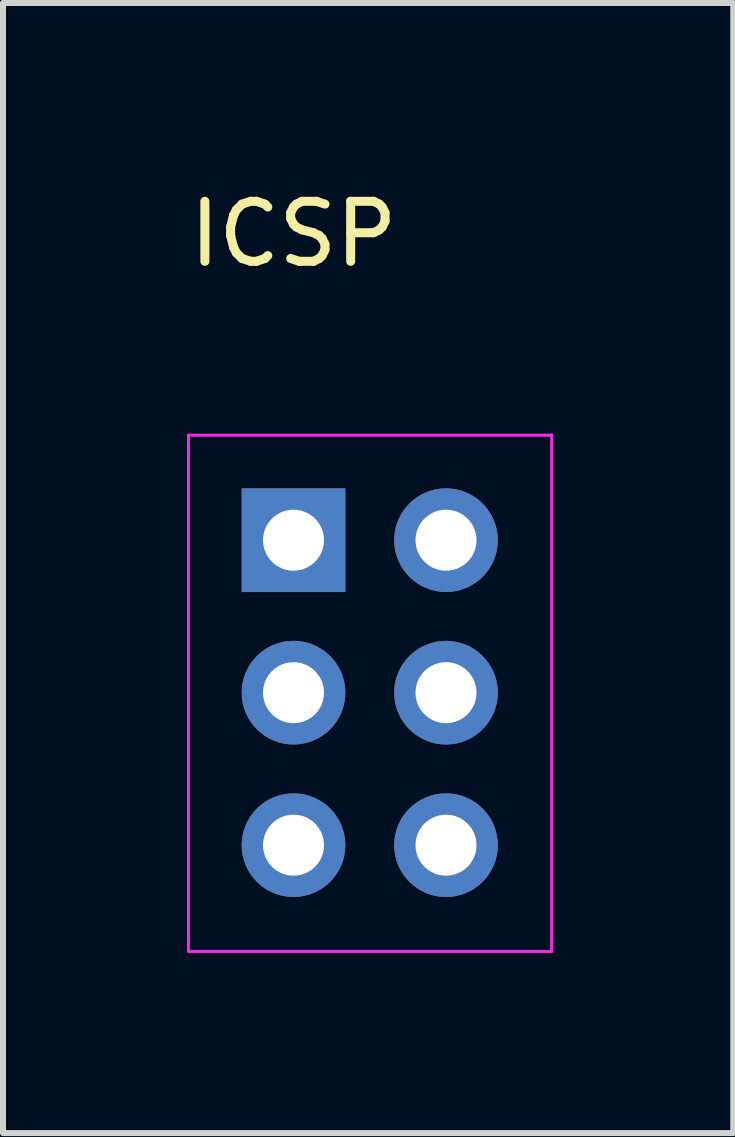
<source format=kicad_pcb>
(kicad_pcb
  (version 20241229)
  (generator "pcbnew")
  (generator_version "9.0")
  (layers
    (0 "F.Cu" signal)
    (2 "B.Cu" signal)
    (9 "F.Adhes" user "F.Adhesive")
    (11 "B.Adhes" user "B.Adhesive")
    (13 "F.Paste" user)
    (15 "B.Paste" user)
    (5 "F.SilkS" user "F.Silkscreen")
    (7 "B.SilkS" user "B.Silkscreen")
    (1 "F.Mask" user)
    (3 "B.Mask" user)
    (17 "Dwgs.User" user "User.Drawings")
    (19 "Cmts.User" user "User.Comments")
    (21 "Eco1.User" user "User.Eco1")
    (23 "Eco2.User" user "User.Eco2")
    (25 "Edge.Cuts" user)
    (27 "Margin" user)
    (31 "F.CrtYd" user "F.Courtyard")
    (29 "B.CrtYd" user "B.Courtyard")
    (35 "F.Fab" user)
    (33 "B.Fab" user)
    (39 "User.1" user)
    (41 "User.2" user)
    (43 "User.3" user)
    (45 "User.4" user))
  (footprint "ICSP"
    (layer "F.Cu")
    (at 1.839 5.948)
    (property "Reference" "ICSP" (at 0 -5.1 0) (layer "F.SilkS") (effects (font (size 1 1) (thickness 0.15))))
    (attr through_hole)
    (fp_line (start -1.75 -1.75) (end -1.75 6.85) (stroke (width 0.05) (type solid)) (layer "F.CrtYd"))
    (fp_line (start -1.75 -1.75) (end 4.3 -1.75) (stroke (width 0.05) (type solid)) (layer "F.CrtYd"))
    (fp_line (start -1.75 6.85) (end 4.3 6.85) (stroke (width 0.05) (type solid)) (layer "F.CrtYd"))
    (fp_line (start 4.3 -1.75) (end 4.3 6.85) (stroke (width 0.05) (type solid)) (layer "F.CrtYd"))
    (pad "1" thru_hole rect (at 0 0) (size 1.727 1.727) (drill 1.016) (layers "*.Cu" "*.Mask"))
    (pad "2" thru_hole oval (at 2.54 0) (size 1.727 1.727) (drill 1.016) (layers "*.Cu" "*.Mask"))
    (pad "3" thru_hole oval (at 0 2.54) (size 1.727 1.727) (drill 1.016) (layers "*.Cu" "*.Mask"))
    (pad "4" thru_hole oval (at 2.54 2.54) (size 1.727 1.727) (drill 1.016) (layers "*.Cu" "*.Mask"))
    (pad "5" thru_hole oval (at 0 5.08) (size 1.727 1.727) (drill 1.016) (layers "*.Cu" "*.Mask"))
    (pad "6" thru_hole oval (at 2.54 5.08) (size 1.727 1.727) (drill 1.016) (layers "*.Cu" "*.Mask")))
  (gr_rect
    (start -3 -3)
    (end 9.164 15.823)
    (stroke (width 0.1) (type default))
    (fill no)
    (layer "Edge.Cuts")))
</source>
